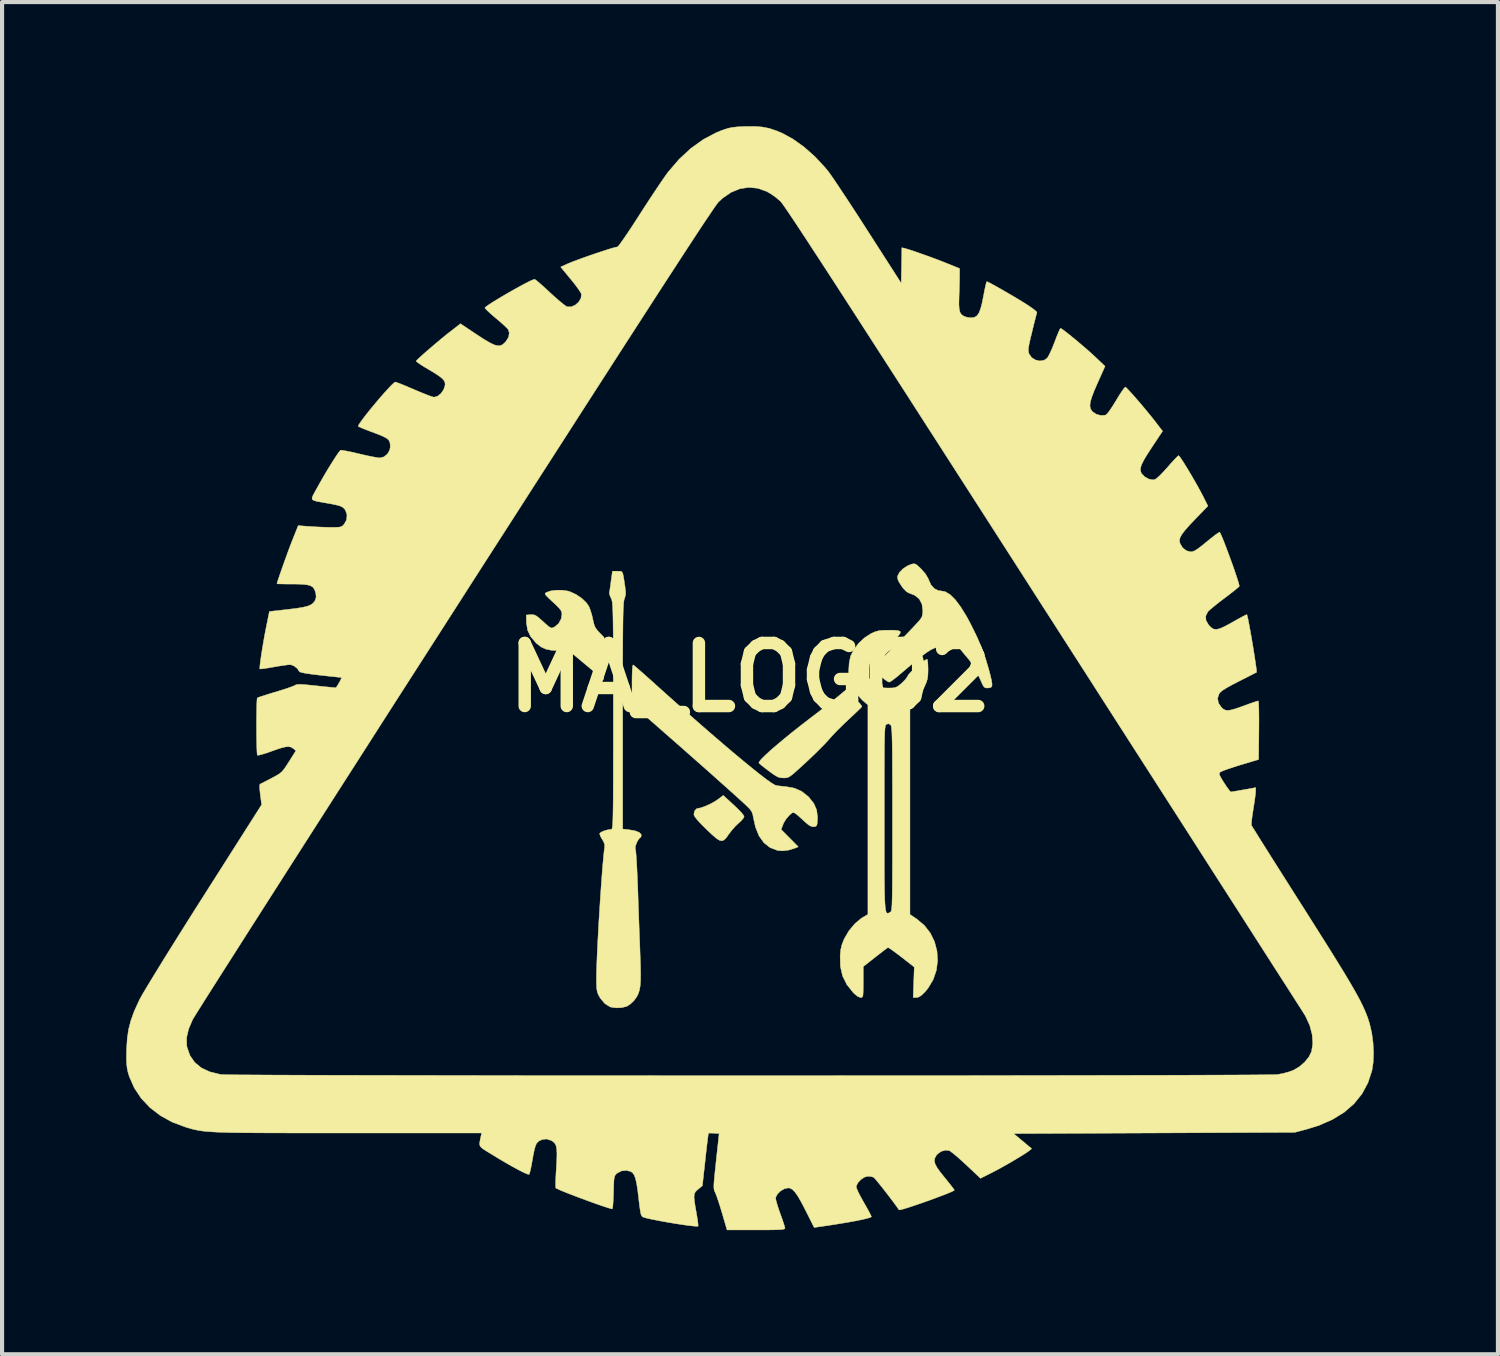
<source format=kicad_pcb>
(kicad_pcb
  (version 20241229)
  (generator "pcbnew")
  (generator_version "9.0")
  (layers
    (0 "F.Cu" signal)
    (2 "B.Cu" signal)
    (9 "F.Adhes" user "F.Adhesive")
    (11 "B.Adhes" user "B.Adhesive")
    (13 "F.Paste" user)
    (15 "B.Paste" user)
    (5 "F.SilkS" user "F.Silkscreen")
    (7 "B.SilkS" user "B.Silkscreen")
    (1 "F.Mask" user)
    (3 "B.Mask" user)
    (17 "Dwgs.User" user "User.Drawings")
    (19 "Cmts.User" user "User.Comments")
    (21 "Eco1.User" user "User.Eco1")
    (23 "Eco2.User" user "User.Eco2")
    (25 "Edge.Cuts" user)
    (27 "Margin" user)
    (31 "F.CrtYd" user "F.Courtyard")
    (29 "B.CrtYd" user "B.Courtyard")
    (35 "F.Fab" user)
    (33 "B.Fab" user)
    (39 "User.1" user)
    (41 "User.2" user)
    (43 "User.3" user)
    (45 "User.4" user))
  (footprint "MA_LOGO2"
    (layer "F.Cu")
    (at 15.072 13.321)
    (property "Reference" "MA_LOGO2" (at 0 0 0) (layer "F.SilkS") (effects (font (size 1.524 1.524) (thickness 0.3))))
    (attr through_hole)
    (fp_poly (pts (xy -0.394 3.079) (xy -0.296 3.173) (xy -0.215 3.256) (xy -0.161 3.322) (xy -0.141 3.359) (xy -0.141 3.359) (xy -0.162 3.403) (xy -0.215 3.464) (xy -0.269 3.513) (xy -0.354 3.594) (xy -0.445 3.698) (xy -0.51 3.784) (xy -0.57 3.869) (xy -0.622 3.923) (xy -0.674 3.946) (xy -0.733 3.936) (xy -0.808 3.89) (xy -0.904 3.808) (xy -1.031 3.688) (xy -1.058 3.662) (xy -1.183 3.537) (xy -1.271 3.443) (xy -1.325 3.374) (xy -1.351 3.325) (xy -1.355 3.301) (xy -1.336 3.22) (xy -1.288 3.17) (xy -1.251 3.161) (xy -1.181 3.147) (xy -1.08 3.11) (xy -0.966 3.059) (xy -0.857 3.001) (xy -0.774 2.946) (xy -0.646 2.848) (xy -0.394 3.079)) (stroke (width 0.01) (type solid)) (fill yes) (layer "F.SilkS"))
    (fp_poly (pts (xy -4.532 -2.109) (xy -4.399 -2.089) (xy -4.357 -2.077) (xy -4.205 -2.008) (xy -4.064 -1.913) (xy -3.951 -1.804) (xy -3.893 -1.719) (xy -3.857 -1.63) (xy -3.821 -1.512) (xy -3.797 -1.405) (xy -3.77 -1.29) (xy -3.738 -1.208) (xy -3.688 -1.138) (xy -3.643 -1.089) (xy -3.526 -0.97) (xy -3.534 -0.461) (xy -3.542 0.048) (xy -3.958 -0.3) (xy -4.375 -0.649) (xy -4.615 -0.649) (xy -4.792 -0.657) (xy -4.93 -0.685) (xy -5.045 -0.737) (xy -5.152 -0.82) (xy -5.174 -0.841) (xy -5.299 -0.988) (xy -5.373 -1.143) (xy -5.401 -1.319) (xy -5.402 -1.341) (xy -5.405 -1.51) (xy -5.299 -1.519) (xy -5.234 -1.518) (xy -5.177 -1.498) (xy -5.11 -1.45) (xy -5.059 -1.405) (xy -4.954 -1.31) (xy -4.881 -1.247) (xy -4.832 -1.211) (xy -4.797 -1.197) (xy -4.766 -1.201) (xy -4.731 -1.218) (xy -4.716 -1.226) (xy -4.622 -1.305) (xy -4.561 -1.418) (xy -4.544 -1.53) (xy -4.549 -1.577) (xy -4.57 -1.624) (xy -4.615 -1.681) (xy -4.69 -1.757) (xy -4.762 -1.823) (xy -4.858 -1.912) (xy -4.918 -1.972) (xy -4.947 -2.009) (xy -4.949 -2.032) (xy -4.931 -2.049) (xy -4.912 -2.059) (xy -4.81 -2.093) (xy -4.677 -2.11) (xy -4.532 -2.109)) (stroke (width 0.01) (type solid)) (fill yes) (layer "F.SilkS"))
    (fp_poly (pts (xy 2.396 0.288) (xy 2.425 0.346) (xy 2.428 0.352) (xy 2.471 0.419) (xy 2.538 0.503) (xy 2.591 0.559) (xy 2.654 0.627) (xy 2.694 0.68) (xy 2.704 0.704) (xy 2.681 0.73) (xy 2.624 0.786) (xy 2.54 0.867) (xy 2.438 0.963) (xy 2.385 1.012) (xy 2.258 1.132) (xy 2.132 1.256) (xy 2.019 1.373) (xy 1.932 1.468) (xy 1.919 1.484) (xy 1.848 1.563) (xy 1.744 1.671) (xy 1.619 1.796) (xy 1.482 1.928) (xy 1.355 2.048) (xy 1.214 2.177) (xy 1.108 2.273) (xy 1.03 2.341) (xy 0.971 2.385) (xy 0.924 2.411) (xy 0.884 2.423) (xy 0.842 2.427) (xy 0.814 2.427) (xy 0.747 2.423) (xy 0.687 2.408) (xy 0.62 2.374) (xy 0.533 2.316) (xy 0.457 2.26) (xy 0.36 2.186) (xy 0.28 2.123) (xy 0.228 2.079) (xy 0.215 2.065) (xy 0.226 2.032) (xy 0.279 1.968) (xy 0.37 1.878) (xy 0.493 1.765) (xy 0.647 1.632) (xy 0.826 1.482) (xy 1.026 1.319) (xy 1.245 1.146) (xy 1.477 0.968) (xy 1.523 0.933) (xy 1.679 0.814) (xy 1.833 0.694) (xy 1.976 0.582) (xy 2.095 0.486) (xy 2.18 0.416) (xy 2.181 0.415) (xy 2.266 0.343) (xy 2.334 0.289) (xy 2.374 0.26) (xy 2.38 0.258) (xy 2.396 0.288)) (stroke (width 0.01) (type solid)) (fill yes) (layer "F.SilkS"))
    (fp_poly (pts (xy -2.796 -0.285) (xy -2.733 -0.231) (xy -2.64 -0.151) (xy -2.524 -0.048) (xy -2.39 0.071) (xy -2.295 0.157) (xy -1.939 0.477) (xy -1.596 0.782) (xy -1.268 1.071) (xy -0.958 1.341) (xy -0.667 1.591) (xy -0.399 1.819) (xy -0.155 2.022) (xy 0.061 2.199) (xy 0.247 2.347) (xy 0.4 2.464) (xy 0.519 2.548) (xy 0.601 2.597) (xy 0.632 2.609) (xy 0.691 2.618) (xy 0.784 2.629) (xy 0.87 2.637) (xy 1.078 2.675) (xy 1.252 2.753) (xy 1.408 2.877) (xy 1.422 2.891) (xy 1.542 3.042) (xy 1.611 3.2) (xy 1.633 3.378) (xy 1.631 3.43) (xy 1.625 3.524) (xy 1.613 3.575) (xy 1.589 3.598) (xy 1.546 3.607) (xy 1.545 3.607) (xy 1.491 3.602) (xy 1.428 3.57) (xy 1.345 3.503) (xy 1.32 3.48) (xy 1.211 3.38) (xy 1.135 3.313) (xy 1.084 3.276) (xy 1.047 3.264) (xy 1.016 3.274) (xy 0.981 3.302) (xy 0.95 3.33) (xy 0.876 3.414) (xy 0.814 3.516) (xy 0.802 3.545) (xy 0.753 3.673) (xy 0.961 3.882) (xy 1.168 4.091) (xy 1.071 4.13) (xy 0.93 4.172) (xy 0.784 4.189) (xy 0.663 4.178) (xy 0.484 4.109) (xy 0.337 3.993) (xy 0.22 3.83) (xy 0.135 3.621) (xy 0.085 3.398) (xy 0.067 3.306) (xy 0.04 3.237) (xy -0.007 3.174) (xy -0.086 3.096) (xy -0.092 3.09) (xy -0.188 3.001) (xy -0.322 2.879) (xy -0.49 2.728) (xy -0.688 2.551) (xy -0.91 2.353) (xy -1.152 2.138) (xy -1.411 1.91) (xy -1.68 1.672) (xy -1.957 1.429) (xy -2.053 1.345) (xy -2.85 0.646) (xy -2.85 0.166) (xy -2.849 -0.009) (xy -2.845 -0.148) (xy -2.838 -0.247) (xy -2.829 -0.299) (xy -2.824 -0.306) (xy -2.796 -0.285)) (stroke (width 0.01) (type solid)) (fill yes) (layer "F.SilkS"))
    (fp_poly (pts (xy 3.986 -2.746) (xy 4.03 -2.722) (xy 4.089 -2.669) (xy 4.138 -2.622) (xy 4.241 -2.503) (xy 4.306 -2.392) (xy 4.317 -2.364) (xy 4.375 -2.237) (xy 4.458 -2.146) (xy 4.556 -2.098) (xy 4.608 -2.094) (xy 4.72 -2.073) (xy 4.838 -2.002) (xy 4.962 -1.879) (xy 5.094 -1.703) (xy 5.235 -1.474) (xy 5.342 -1.274) (xy 5.483 -0.987) (xy 5.597 -0.723) (xy 5.691 -0.463) (xy 5.773 -0.187) (xy 5.802 -0.077) (xy 5.835 0.061) (xy 5.85 0.155) (xy 5.846 0.212) (xy 5.82 0.241) (xy 5.769 0.252) (xy 5.725 0.254) (xy 5.681 0.247) (xy 5.647 0.218) (xy 5.613 0.155) (xy 5.586 0.092) (xy 5.456 -0.186) (xy 5.301 -0.422) (xy 5.208 -0.532) (xy 5.133 -0.621) (xy 5.069 -0.705) (xy 5.031 -0.767) (xy 5.03 -0.77) (xy 4.987 -0.839) (xy 4.93 -0.865) (xy 4.847 -0.851) (xy 4.774 -0.821) (xy 4.663 -0.776) (xy 4.539 -0.734) (xy 4.496 -0.722) (xy 4.44 -0.703) (xy 4.378 -0.673) (xy 4.305 -0.629) (xy 4.214 -0.565) (xy 4.103 -0.479) (xy 3.965 -0.367) (xy 3.795 -0.224) (xy 3.588 -0.048) (xy 3.584 -0.045) (xy 3.496 0.027) (xy 3.422 0.081) (xy 3.373 0.11) (xy 3.364 0.112) (xy 3.324 0.095) (xy 3.258 0.05) (xy 3.187 -0.007) (xy 3.111 -0.077) (xy 3.069 -0.13) (xy 3.052 -0.183) (xy 3.05 -0.24) (xy 3.054 -0.301) (xy 3.073 -0.35) (xy 3.115 -0.402) (xy 3.19 -0.469) (xy 3.22 -0.494) (xy 3.294 -0.56) (xy 3.397 -0.659) (xy 3.521 -0.78) (xy 3.655 -0.915) (xy 3.792 -1.055) (xy 3.921 -1.19) (xy 4.034 -1.31) (xy 4.107 -1.392) (xy 4.153 -1.459) (xy 4.173 -1.539) (xy 4.177 -1.617) (xy 4.155 -1.776) (xy 4.089 -1.9) (xy 3.978 -1.989) (xy 3.838 -2.042) (xy 3.778 -2.078) (xy 3.705 -2.154) (xy 3.66 -2.215) (xy 3.6 -2.309) (xy 3.571 -2.376) (xy 3.566 -2.432) (xy 3.57 -2.456) (xy 3.613 -2.54) (xy 3.694 -2.624) (xy 3.8 -2.695) (xy 3.888 -2.733) (xy 3.944 -2.747) (xy 3.986 -2.746)) (stroke (width 0.01) (type solid)) (fill yes) (layer "F.SilkS"))
    (fp_poly (pts (xy -3.115 -2.565) (xy -3.091 -2.549) (xy -3.073 -2.511) (xy -3.057 -2.442) (xy -3.04 -2.334) (xy -3.019 -2.195) (xy -3.005 -2.078) (xy -3.007 -1.995) (xy -3.025 -1.924) (xy -3.033 -1.902) (xy -3.041 -1.879) (xy -3.047 -1.845) (xy -3.053 -1.797) (xy -3.057 -1.731) (xy -3.062 -1.644) (xy -3.065 -1.532) (xy -3.068 -1.393) (xy -3.07 -1.222) (xy -3.072 -1.017) (xy -3.074 -0.775) (xy -3.075 -0.491) (xy -3.076 -0.163) (xy -3.076 0.213) (xy -3.076 0.639) (xy -3.076 0.931) (xy -3.076 3.661) (xy -2.922 3.679) (xy -2.771 3.706) (xy -2.672 3.745) (xy -2.627 3.796) (xy -2.625 3.815) (xy -2.636 3.858) (xy -2.65 3.866) (xy -2.676 3.89) (xy -2.714 3.948) (xy -2.733 3.983) (xy -2.769 4.078) (xy -2.77 4.148) (xy -2.765 4.164) (xy -2.758 4.207) (xy -2.75 4.3) (xy -2.741 4.434) (xy -2.732 4.603) (xy -2.723 4.798) (xy -2.714 5.014) (xy -2.71 5.127) (xy -2.701 5.39) (xy -2.691 5.674) (xy -2.681 5.964) (xy -2.671 6.243) (xy -2.661 6.496) (xy -2.654 6.704) (xy -2.645 6.957) (xy -2.642 7.162) (xy -2.644 7.324) (xy -2.653 7.454) (xy -2.671 7.556) (xy -2.698 7.64) (xy -2.734 7.712) (xy -2.783 7.781) (xy -2.811 7.816) (xy -2.885 7.886) (xy -2.966 7.941) (xy -2.982 7.948) (xy -3.098 7.977) (xy -3.232 7.983) (xy -3.356 7.966) (xy -3.387 7.955) (xy -3.507 7.879) (xy -3.613 7.753) (xy -3.65 7.691) (xy -3.677 7.634) (xy -3.694 7.574) (xy -3.705 7.497) (xy -3.709 7.391) (xy -3.71 7.241) (xy -3.71 7.239) (xy -3.707 7.094) (xy -3.701 6.909) (xy -3.692 6.692) (xy -3.681 6.448) (xy -3.667 6.186) (xy -3.652 5.912) (xy -3.635 5.634) (xy -3.617 5.358) (xy -3.599 5.092) (xy -3.581 4.842) (xy -3.564 4.616) (xy -3.547 4.421) (xy -3.532 4.264) (xy -3.519 4.151) (xy -3.512 4.106) (xy -3.511 4.031) (xy -3.546 3.949) (xy -3.57 3.912) (xy -3.611 3.84) (xy -3.631 3.782) (xy -3.63 3.766) (xy -3.595 3.736) (xy -3.524 3.705) (xy -3.439 3.681) (xy -3.359 3.669) (xy -3.351 3.669) (xy -3.343 3.667) (xy -3.336 3.658) (xy -3.33 3.639) (xy -3.324 3.606) (xy -3.319 3.557) (xy -3.315 3.488) (xy -3.312 3.396) (xy -3.309 3.278) (xy -3.307 3.129) (xy -3.305 2.948) (xy -3.304 2.73) (xy -3.303 2.473) (xy -3.303 2.172) (xy -3.302 1.826) (xy -3.302 1.43) (xy -3.302 0.981) (xy -3.302 0.93) (xy -3.302 0.475) (xy -3.302 0.073) (xy -3.303 -0.279) (xy -3.303 -0.585) (xy -3.304 -0.848) (xy -3.305 -1.073) (xy -3.307 -1.261) (xy -3.309 -1.417) (xy -3.312 -1.544) (xy -3.315 -1.645) (xy -3.319 -1.724) (xy -3.324 -1.785) (xy -3.33 -1.83) (xy -3.336 -1.863) (xy -3.344 -1.888) (xy -3.352 -1.908) (xy -3.355 -1.913) (xy -3.386 -1.985) (xy -3.399 -2.037) (xy -3.399 -2.046) (xy -3.392 -2.085) (xy -3.379 -2.166) (xy -3.364 -2.273) (xy -3.358 -2.321) (xy -3.324 -2.568) (xy -3.202 -2.568) (xy -3.151 -2.569) (xy -3.115 -2.565)) (stroke (width 0.01) (type solid)) (fill yes) (layer "F.SilkS"))
    (fp_poly (pts (xy 3.483 -1.142) (xy 3.583 -1.133) (xy 3.631 -1.112) (xy 3.632 -1.073) (xy 3.586 -1.01) (xy 3.498 -0.916) (xy 3.456 -0.874) (xy 3.363 -0.784) (xy 3.282 -0.711) (xy 3.222 -0.663) (xy 3.195 -0.649) (xy 3.158 -0.63) (xy 3.097 -0.579) (xy 3.024 -0.506) (xy 3.019 -0.501) (xy 2.947 -0.422) (xy 2.906 -0.363) (xy 2.886 -0.304) (xy 2.88 -0.226) (xy 2.88 -0.167) (xy 2.879 0.019) (xy 3.018 0.137) (xy 3.097 0.2) (xy 3.158 0.235) (xy 3.226 0.25) (xy 3.322 0.254) (xy 3.345 0.254) (xy 3.449 0.252) (xy 3.519 0.24) (xy 3.578 0.21) (xy 3.647 0.154) (xy 3.665 0.139) (xy 3.737 0.068) (xy 3.791 0.002) (xy 3.811 -0.036) (xy 3.837 -0.077) (xy 3.893 -0.138) (xy 3.97 -0.211) (xy 4.056 -0.286) (xy 4.141 -0.355) (xy 4.215 -0.408) (xy 4.267 -0.438) (xy 4.284 -0.439) (xy 4.293 -0.403) (xy 4.3 -0.325) (xy 4.303 -0.221) (xy 4.304 -0.187) (xy 4.3 -0.06) (xy 4.288 0.035) (xy 4.261 0.122) (xy 4.214 0.225) (xy 4.211 0.233) (xy 4.125 0.377) (xy 4.025 0.5) (xy 3.992 0.531) (xy 3.866 0.642) (xy 3.866 5.726) (xy 4.024 5.831) (xy 4.211 5.987) (xy 4.357 6.174) (xy 4.46 6.384) (xy 4.519 6.61) (xy 4.534 6.843) (xy 4.504 7.076) (xy 4.427 7.3) (xy 4.303 7.508) (xy 4.224 7.602) (xy 4.138 7.684) (xy 4.069 7.725) (xy 4.023 7.733) (xy 3.944 7.733) (xy 3.957 7.365) (xy 3.97 6.997) (xy 3.662 6.756) (xy 3.549 6.67) (xy 3.452 6.599) (xy 3.379 6.548) (xy 3.338 6.525) (xy 3.334 6.525) (xy 3.305 6.545) (xy 3.241 6.592) (xy 3.151 6.662) (xy 3.043 6.745) (xy 3.026 6.759) (xy 2.738 6.985) (xy 2.738 7.359) (xy 2.737 7.51) (xy 2.735 7.614) (xy 2.73 7.679) (xy 2.72 7.715) (xy 2.704 7.73) (xy 2.68 7.733) (xy 2.673 7.733) (xy 2.611 7.711) (xy 2.532 7.65) (xy 2.494 7.613) (xy 2.341 7.42) (xy 2.239 7.214) (xy 2.186 6.987) (xy 2.179 6.732) (xy 2.192 6.584) (xy 2.22 6.462) (xy 2.268 6.338) (xy 2.278 6.315) (xy 2.39 6.123) (xy 2.531 5.953) (xy 2.687 5.821) (xy 2.729 5.795) (xy 2.85 5.724) (xy 2.85 3.815) (xy 3.246 3.815) (xy 3.246 4.181) (xy 3.246 4.497) (xy 3.247 4.768) (xy 3.249 4.995) (xy 3.252 5.184) (xy 3.256 5.337) (xy 3.262 5.457) (xy 3.269 5.549) (xy 3.278 5.615) (xy 3.289 5.66) (xy 3.302 5.686) (xy 3.318 5.697) (xy 3.337 5.696) (xy 3.359 5.688) (xy 3.384 5.674) (xy 3.389 5.672) (xy 3.398 5.665) (xy 3.407 5.654) (xy 3.415 5.635) (xy 3.421 5.604) (xy 3.426 5.557) (xy 3.431 5.491) (xy 3.434 5.402) (xy 3.437 5.287) (xy 3.439 5.141) (xy 3.441 4.96) (xy 3.442 4.742) (xy 3.443 4.483) (xy 3.443 4.178) (xy 3.443 3.824) (xy 3.443 3.417) (xy 3.443 3.416) (xy 3.443 3.005) (xy 3.443 2.648) (xy 3.442 2.339) (xy 3.441 2.076) (xy 3.44 1.855) (xy 3.438 1.672) (xy 3.435 1.523) (xy 3.432 1.406) (xy 3.428 1.315) (xy 3.423 1.248) (xy 3.418 1.201) (xy 3.411 1.17) (xy 3.404 1.152) (xy 3.399 1.145) (xy 3.348 1.116) (xy 3.3 1.13) (xy 3.29 1.137) (xy 3.281 1.148) (xy 3.274 1.167) (xy 3.268 1.198) (xy 3.262 1.245) (xy 3.258 1.311) (xy 3.254 1.4) (xy 3.252 1.515) (xy 3.249 1.661) (xy 3.248 1.842) (xy 3.247 2.06) (xy 3.246 2.319) (xy 3.246 2.624) (xy 3.246 2.977) (xy 3.246 3.383) (xy 3.246 3.396) (xy 3.246 3.815) (xy 2.85 3.815) (xy 2.85 3.193) (xy 2.85 0.663) (xy 2.711 0.543) (xy 2.567 0.383) (xy 2.479 0.235) (xy 2.428 0.122) (xy 2.4 0.028) (xy 2.388 -0.074) (xy 2.386 -0.167) (xy 2.397 -0.351) (xy 2.43 -0.509) (xy 2.437 -0.529) (xy 2.513 -0.681) (xy 2.629 -0.83) (xy 2.771 -0.962) (xy 2.924 -1.061) (xy 2.93 -1.064) (xy 3.022 -1.105) (xy 3.106 -1.129) (xy 3.203 -1.14) (xy 3.33 -1.143) (xy 3.483 -1.142)) (stroke (width 0.01) (type solid)) (fill yes) (layer "F.SilkS"))
    (fp_poly (pts (xy 0.299 -13.302) (xy 0.47 -13.268) (xy 0.642 -13.21) (xy 0.78 -13.152) (xy 1.042 -13.009) (xy 1.307 -12.819) (xy 1.567 -12.589) (xy 1.811 -12.327) (xy 1.888 -12.234) (xy 1.934 -12.172) (xy 2.007 -12.067) (xy 2.103 -11.925) (xy 2.218 -11.752) (xy 2.35 -11.553) (xy 2.494 -11.333) (xy 2.647 -11.098) (xy 2.805 -10.852) (xy 2.85 -10.782) (xy 3.655 -9.528) (xy 3.663 -9.957) (xy 3.67 -10.386) (xy 3.747 -10.368) (xy 3.826 -10.345) (xy 3.945 -10.307) (xy 4.094 -10.255) (xy 4.26 -10.196) (xy 4.432 -10.133) (xy 4.598 -10.071) (xy 4.747 -10.012) (xy 4.77 -10.003) (xy 5.066 -9.883) (xy 5.065 -9.676) (xy 5.063 -9.553) (xy 5.059 -9.399) (xy 5.054 -9.24) (xy 5.052 -9.172) (xy 5.049 -9.012) (xy 5.057 -8.898) (xy 5.078 -8.819) (xy 5.116 -8.766) (xy 5.174 -8.728) (xy 5.186 -8.723) (xy 5.262 -8.701) (xy 5.347 -8.692) (xy 5.422 -8.703) (xy 5.482 -8.738) (xy 5.531 -8.805) (xy 5.573 -8.91) (xy 5.612 -9.06) (xy 5.641 -9.21) (xy 5.667 -9.344) (xy 5.69 -9.455) (xy 5.709 -9.532) (xy 5.721 -9.567) (xy 5.722 -9.567) (xy 5.756 -9.554) (xy 5.83 -9.516) (xy 5.934 -9.459) (xy 6.061 -9.387) (xy 6.202 -9.306) (xy 6.348 -9.221) (xy 6.49 -9.136) (xy 6.62 -9.056) (xy 6.627 -9.052) (xy 6.743 -8.977) (xy 6.839 -8.91) (xy 6.906 -8.857) (xy 6.934 -8.826) (xy 6.934 -8.822) (xy 6.924 -8.786) (xy 6.903 -8.704) (xy 6.873 -8.587) (xy 6.838 -8.446) (xy 6.815 -8.351) (xy 6.774 -8.183) (xy 6.747 -8.06) (xy 6.731 -7.973) (xy 6.726 -7.911) (xy 6.73 -7.865) (xy 6.742 -7.826) (xy 6.744 -7.82) (xy 6.807 -7.731) (xy 6.898 -7.673) (xy 7.003 -7.649) (xy 7.105 -7.665) (xy 7.177 -7.712) (xy 7.211 -7.762) (xy 7.257 -7.854) (xy 7.31 -7.972) (xy 7.362 -8.106) (xy 7.363 -8.107) (xy 7.41 -8.233) (xy 7.453 -8.336) (xy 7.485 -8.408) (xy 7.504 -8.438) (xy 7.504 -8.438) (xy 7.537 -8.421) (xy 7.603 -8.373) (xy 7.697 -8.3) (xy 7.808 -8.21) (xy 7.931 -8.108) (xy 8.056 -8.002) (xy 8.176 -7.898) (xy 8.283 -7.802) (xy 8.347 -7.743) (xy 8.58 -7.521) (xy 8.397 -7.112) (xy 8.314 -6.92) (xy 8.257 -6.77) (xy 8.224 -6.655) (xy 8.215 -6.567) (xy 8.227 -6.499) (xy 8.261 -6.443) (xy 8.28 -6.421) (xy 8.367 -6.363) (xy 8.47 -6.333) (xy 8.568 -6.335) (xy 8.605 -6.348) (xy 8.641 -6.384) (xy 8.697 -6.458) (xy 8.766 -6.561) (xy 8.841 -6.683) (xy 8.854 -6.704) (xy 8.926 -6.823) (xy 8.99 -6.92) (xy 9.04 -6.988) (xy 9.069 -7.018) (xy 9.073 -7.018) (xy 9.103 -6.993) (xy 9.161 -6.932) (xy 9.243 -6.843) (xy 9.34 -6.732) (xy 9.446 -6.609) (xy 9.554 -6.48) (xy 9.658 -6.354) (xy 9.752 -6.237) (xy 9.804 -6.17) (xy 9.97 -5.953) (xy 9.713 -5.566) (xy 9.6 -5.392) (xy 9.518 -5.256) (xy 9.466 -5.151) (xy 9.439 -5.07) (xy 9.435 -5.005) (xy 9.452 -4.95) (xy 9.466 -4.924) (xy 9.54 -4.849) (xy 9.636 -4.796) (xy 9.734 -4.776) (xy 9.775 -4.78) (xy 9.825 -4.81) (xy 9.904 -4.88) (xy 10.003 -4.983) (xy 10.09 -5.08) (xy 10.182 -5.185) (xy 10.262 -5.272) (xy 10.322 -5.333) (xy 10.355 -5.361) (xy 10.358 -5.362) (xy 10.381 -5.339) (xy 10.427 -5.275) (xy 10.49 -5.177) (xy 10.565 -5.056) (xy 10.647 -4.918) (xy 10.732 -4.773) (xy 10.814 -4.629) (xy 10.888 -4.493) (xy 10.95 -4.376) (xy 11.066 -4.144) (xy 10.752 -3.82) (xy 10.61 -3.67) (xy 10.506 -3.551) (xy 10.435 -3.458) (xy 10.394 -3.382) (xy 10.379 -3.318) (xy 10.386 -3.26) (xy 10.391 -3.244) (xy 10.451 -3.14) (xy 10.54 -3.067) (xy 10.643 -3.037) (xy 10.651 -3.037) (xy 10.698 -3.043) (xy 10.753 -3.066) (xy 10.825 -3.112) (xy 10.921 -3.185) (xy 11.037 -3.28) (xy 11.146 -3.368) (xy 11.239 -3.441) (xy 11.309 -3.49) (xy 11.346 -3.511) (xy 11.35 -3.511) (xy 11.369 -3.479) (xy 11.403 -3.403) (xy 11.449 -3.291) (xy 11.502 -3.153) (xy 11.56 -2.998) (xy 11.62 -2.836) (xy 11.678 -2.674) (xy 11.73 -2.523) (xy 11.774 -2.391) (xy 11.806 -2.287) (xy 11.823 -2.221) (xy 11.825 -2.207) (xy 11.804 -2.183) (xy 11.744 -2.133) (xy 11.655 -2.062) (xy 11.543 -1.976) (xy 11.472 -1.922) (xy 11.345 -1.826) (xy 11.231 -1.735) (xy 11.139 -1.659) (xy 11.078 -1.604) (xy 11.063 -1.588) (xy 11.013 -1.486) (xy 11.019 -1.381) (xy 11.082 -1.272) (xy 11.094 -1.257) (xy 11.151 -1.201) (xy 11.208 -1.169) (xy 11.274 -1.162) (xy 11.358 -1.183) (xy 11.468 -1.232) (xy 11.614 -1.31) (xy 11.672 -1.344) (xy 11.793 -1.412) (xy 11.894 -1.467) (xy 11.968 -1.505) (xy 12.004 -1.52) (xy 12.007 -1.52) (xy 12.018 -1.486) (xy 12.036 -1.406) (xy 12.059 -1.29) (xy 12.085 -1.147) (xy 12.114 -0.985) (xy 12.143 -0.815) (xy 12.171 -0.646) (xy 12.196 -0.485) (xy 12.217 -0.344) (xy 12.233 -0.231) (xy 12.241 -0.155) (xy 12.241 -0.125) (xy 12.215 -0.112) (xy 12.147 -0.077) (xy 12.045 -0.025) (xy 11.918 0.039) (xy 11.811 0.093) (xy 11.641 0.181) (xy 11.515 0.251) (xy 11.427 0.306) (xy 11.37 0.352) (xy 11.337 0.393) (xy 11.336 0.394) (xy 11.3 0.504) (xy 11.32 0.616) (xy 11.388 0.717) (xy 11.436 0.762) (xy 11.486 0.788) (xy 11.548 0.796) (xy 11.631 0.783) (xy 11.745 0.751) (xy 11.898 0.697) (xy 11.958 0.675) (xy 12.079 0.631) (xy 12.182 0.595) (xy 12.253 0.572) (xy 12.281 0.564) (xy 12.288 0.591) (xy 12.293 0.667) (xy 12.297 0.785) (xy 12.299 0.937) (xy 12.299 1.116) (xy 12.298 1.273) (xy 12.291 1.981) (xy 11.844 2.115) (xy 11.692 2.163) (xy 11.557 2.208) (xy 11.449 2.247) (xy 11.379 2.277) (xy 11.358 2.29) (xy 11.343 2.315) (xy 11.346 2.351) (xy 11.372 2.407) (xy 11.424 2.495) (xy 11.458 2.548) (xy 11.521 2.643) (xy 11.575 2.717) (xy 11.611 2.76) (xy 11.62 2.765) (xy 11.655 2.76) (xy 11.733 2.747) (xy 11.842 2.728) (xy 11.931 2.712) (xy 12.22 2.66) (xy 12.22 2.745) (xy 12.216 2.805) (xy 12.203 2.907) (xy 12.185 3.036) (xy 12.162 3.179) (xy 12.162 3.181) (xy 12.14 3.318) (xy 12.125 3.437) (xy 12.117 3.525) (xy 12.118 3.571) (xy 12.118 3.572) (xy 12.136 3.602) (xy 12.181 3.675) (xy 12.252 3.789) (xy 12.346 3.94) (xy 12.462 4.124) (xy 12.596 4.337) (xy 12.747 4.576) (xy 12.913 4.837) (xy 13.09 5.117) (xy 13.277 5.412) (xy 13.367 5.553) (xy 13.615 5.945) (xy 13.835 6.293) (xy 14.029 6.601) (xy 14.197 6.872) (xy 14.343 7.11) (xy 14.468 7.318) (xy 14.574 7.499) (xy 14.664 7.658) (xy 14.739 7.798) (xy 14.801 7.922) (xy 14.852 8.033) (xy 14.895 8.136) (xy 14.931 8.234) (xy 14.962 8.33) (xy 14.973 8.368) (xy 15.024 8.586) (xy 15.056 8.826) (xy 15.068 9.069) (xy 15.06 9.298) (xy 15.031 9.492) (xy 15.031 9.494) (xy 14.933 9.793) (xy 14.788 10.062) (xy 14.596 10.3) (xy 14.357 10.507) (xy 14.072 10.682) (xy 13.742 10.826) (xy 13.457 10.914) (xy 13.166 10.991) (xy 9.768 11.006) (xy 6.371 11.021) (xy 6.589 11.203) (xy 6.807 11.386) (xy 6.741 11.439) (xy 6.676 11.485) (xy 6.572 11.551) (xy 6.44 11.631) (xy 6.292 11.719) (xy 6.137 11.807) (xy 5.987 11.89) (xy 5.853 11.96) (xy 5.82 11.977) (xy 5.571 12.102) (xy 5.23 11.781) (xy 5.11 11.671) (xy 5 11.573) (xy 4.906 11.496) (xy 4.839 11.445) (xy 4.814 11.431) (xy 4.719 11.422) (xy 4.617 11.453) (xy 4.529 11.517) (xy 4.505 11.546) (xy 4.468 11.612) (xy 4.457 11.678) (xy 4.473 11.752) (xy 4.52 11.842) (xy 4.602 11.957) (xy 4.699 12.077) (xy 4.787 12.186) (xy 4.861 12.279) (xy 4.914 12.348) (xy 4.938 12.384) (xy 4.939 12.387) (xy 4.914 12.405) (xy 4.844 12.438) (xy 4.738 12.482) (xy 4.604 12.533) (xy 4.452 12.59) (xy 4.291 12.649) (xy 4.128 12.706) (xy 3.973 12.759) (xy 3.834 12.805) (xy 3.72 12.84) (xy 3.64 12.861) (xy 3.603 12.866) (xy 3.602 12.865) (xy 3.553 12.794) (xy 3.483 12.698) (xy 3.399 12.586) (xy 3.308 12.467) (xy 3.216 12.349) (xy 3.131 12.242) (xy 3.06 12.156) (xy 3.01 12.098) (xy 2.99 12.078) (xy 2.925 12.058) (xy 2.849 12.051) (xy 2.769 12.073) (xy 2.685 12.128) (xy 2.614 12.201) (xy 2.573 12.278) (xy 2.568 12.307) (xy 2.582 12.355) (xy 2.619 12.44) (xy 2.675 12.549) (xy 2.744 12.673) (xy 2.752 12.687) (xy 2.821 12.807) (xy 2.878 12.911) (xy 2.917 12.988) (xy 2.935 13.028) (xy 2.935 13.03) (xy 2.908 13.047) (xy 2.831 13.07) (xy 2.71 13.099) (xy 2.55 13.131) (xy 2.358 13.166) (xy 2.139 13.202) (xy 1.9 13.24) (xy 1.646 13.276) (xy 1.643 13.277) (xy 1.551 13.289) (xy 1.341 12.871) (xy 1.242 12.68) (xy 1.16 12.537) (xy 1.089 12.436) (xy 1.027 12.372) (xy 0.969 12.34) (xy 0.926 12.333) (xy 0.833 12.354) (xy 0.741 12.406) (xy 0.667 12.478) (xy 0.625 12.556) (xy 0.621 12.585) (xy 0.631 12.64) (xy 0.657 12.734) (xy 0.695 12.853) (xy 0.734 12.963) (xy 0.779 13.088) (xy 0.815 13.196) (xy 0.839 13.274) (xy 0.847 13.309) (xy 0.839 13.321) (xy 0.812 13.331) (xy 0.76 13.339) (xy 0.677 13.344) (xy 0.556 13.347) (xy 0.392 13.349) (xy 0.178 13.349) (xy 0.146 13.349) (xy -0.554 13.349) (xy -0.676 12.933) (xy -0.722 12.781) (xy -0.767 12.642) (xy -0.806 12.529) (xy -0.835 12.453) (xy -0.844 12.434) (xy -0.858 12.404) (xy -0.868 12.37) (xy -0.872 12.323) (xy -0.872 12.256) (xy -0.866 12.162) (xy -0.854 12.033) (xy -0.836 11.862) (xy -0.818 11.686) (xy -0.745 11.021) (xy -0.87 11.012) (xy -0.947 11.009) (xy -0.995 11.01) (xy -1.003 11.012) (xy -1.008 11.041) (xy -1.018 11.119) (xy -1.033 11.236) (xy -1.051 11.385) (xy -1.07 11.558) (xy -1.08 11.651) (xy -1.15 12.281) (xy -1.252 12.366) (xy -1.299 12.407) (xy -1.33 12.447) (xy -1.347 12.497) (xy -1.351 12.565) (xy -1.341 12.662) (xy -1.32 12.797) (xy -1.297 12.925) (xy -1.276 13.052) (xy -1.26 13.158) (xy -1.253 13.23) (xy -1.254 13.258) (xy -1.289 13.261) (xy -1.369 13.255) (xy -1.486 13.242) (xy -1.63 13.222) (xy -1.791 13.197) (xy -1.959 13.169) (xy -2.126 13.14) (xy -2.281 13.11) (xy -2.415 13.083) (xy -2.519 13.058) (xy -2.578 13.04) (xy -2.602 13.027) (xy -2.621 13.004) (xy -2.636 12.961) (xy -2.65 12.89) (xy -2.666 12.784) (xy -2.684 12.632) (xy -2.69 12.572) (xy -2.716 12.367) (xy -2.741 12.212) (xy -2.768 12.099) (xy -2.8 12.019) (xy -2.838 11.967) (xy -2.877 11.939) (xy -2.985 11.91) (xy -3.102 11.923) (xy -3.204 11.974) (xy -3.209 11.978) (xy -3.24 12.006) (xy -3.262 12.035) (xy -3.276 12.075) (xy -3.286 12.137) (xy -3.291 12.229) (xy -3.295 12.363) (xy -3.297 12.443) (xy -3.302 12.586) (xy -3.308 12.706) (xy -3.316 12.793) (xy -3.324 12.838) (xy -3.326 12.841) (xy -3.373 12.831) (xy -3.462 12.804) (xy -3.585 12.763) (xy -3.733 12.712) (xy -3.896 12.653) (xy -4.065 12.591) (xy -4.231 12.528) (xy -4.385 12.469) (xy -4.517 12.416) (xy -4.618 12.373) (xy -4.679 12.344) (xy -4.691 12.336) (xy -4.696 12.304) (xy -4.696 12.224) (xy -4.693 12.109) (xy -4.686 11.966) (xy -4.679 11.862) (xy -4.668 11.66) (xy -4.664 11.507) (xy -4.67 11.394) (xy -4.686 11.312) (xy -4.716 11.255) (xy -4.759 11.213) (xy -4.8 11.189) (xy -4.913 11.151) (xy -5.021 11.164) (xy -5.079 11.19) (xy -5.122 11.218) (xy -5.156 11.258) (xy -5.184 11.319) (xy -5.21 11.411) (xy -5.237 11.541) (xy -5.265 11.698) (xy -5.287 11.819) (xy -5.309 11.92) (xy -5.327 11.986) (xy -5.336 12.005) (xy -5.369 12.002) (xy -5.445 11.972) (xy -5.558 11.916) (xy -5.702 11.838) (xy -5.873 11.742) (xy -6.065 11.629) (xy -6.245 11.519) (xy -6.371 11.442) (xy -6.456 11.387) (xy -6.507 11.343) (xy -6.53 11.299) (xy -6.532 11.245) (xy -6.519 11.171) (xy -6.502 11.091) (xy -6.484 11.007) (xy -9.715 11.007) (xy -10.227 11.007) (xy -10.687 11.007) (xy -11.096 11.006) (xy -11.459 11.005) (xy -11.779 11.004) (xy -12.059 11.002) (xy -12.303 11) (xy -12.515 10.997) (xy -12.696 10.992) (xy -12.852 10.987) (xy -12.984 10.98) (xy -13.097 10.972) (xy -13.194 10.963) (xy -13.278 10.952) (xy -13.353 10.939) (xy -13.422 10.924) (xy -13.488 10.908) (xy -13.555 10.889) (xy -13.626 10.868) (xy -13.645 10.862) (xy -13.962 10.743) (xy -14.248 10.585) (xy -14.499 10.392) (xy -14.711 10.167) (xy -14.878 9.916) (xy -14.998 9.643) (xy -15.029 9.539) (xy -15.05 9.441) (xy -15.062 9.335) (xy -15.067 9.206) (xy -15.065 9.041) (xy -15.063 8.975) (xy -15.047 8.726) (xy -15.044 8.702) (xy -13.613 8.702) (xy -13.611 8.888) (xy -13.602 8.936) (xy -13.531 9.136) (xy -13.416 9.301) (xy -13.256 9.433) (xy -13.053 9.528) (xy -12.809 9.588) (xy -12.771 9.594) (xy -12.727 9.596) (xy -12.629 9.598) (xy -12.479 9.6) (xy -12.279 9.602) (xy -12.032 9.603) (xy -11.739 9.605) (xy -11.403 9.607) (xy -11.026 9.608) (xy -10.611 9.61) (xy -10.158 9.611) (xy -9.671 9.612) (xy -9.152 9.613) (xy -8.603 9.614) (xy -8.026 9.615) (xy -7.424 9.616) (xy -6.798 9.617) (xy -6.151 9.618) (xy -5.485 9.619) (xy -4.802 9.619) (xy -4.105 9.62) (xy -3.395 9.62) (xy -2.675 9.62) (xy -1.947 9.621) (xy -1.213 9.621) (xy -0.475 9.621) (xy 0.263 9.621) (xy 1.001 9.621) (xy 1.736 9.621) (xy 2.466 9.62) (xy 3.188 9.62) (xy 3.901 9.62) (xy 4.602 9.619) (xy 5.289 9.619) (xy 5.959 9.618) (xy 6.611 9.617) (xy 7.243 9.616) (xy 7.851 9.615) (xy 8.435 9.614) (xy 8.991 9.613) (xy 9.518 9.612) (xy 10.014 9.611) (xy 10.475 9.61) (xy 10.9 9.608) (xy 11.288 9.607) (xy 11.634 9.605) (xy 11.938 9.604) (xy 12.197 9.602) (xy 12.409 9.6) (xy 12.572 9.598) (xy 12.684 9.596) (xy 12.741 9.594) (xy 12.747 9.593) (xy 12.882 9.568) (xy 13.021 9.53) (xy 13.132 9.49) (xy 13.275 9.406) (xy 13.405 9.293) (xy 13.508 9.165) (xy 13.57 9.038) (xy 13.6 8.844) (xy 13.585 8.63) (xy 13.527 8.408) (xy 13.427 8.189) (xy 13.4 8.142) (xy 13.378 8.109) (xy 13.328 8.029) (xy 13.249 7.906) (xy 13.142 7.739) (xy 13.01 7.532) (xy 12.851 7.285) (xy 12.669 7.001) (xy 12.463 6.68) (xy 12.235 6.324) (xy 11.986 5.935) (xy 11.717 5.515) (xy 11.428 5.065) (xy 11.121 4.587) (xy 10.798 4.082) (xy 10.458 3.552) (xy 10.103 2.999) (xy 9.734 2.424) (xy 9.352 1.829) (xy 8.958 1.215) (xy 8.553 0.584) (xy 8.139 -0.062) (xy 7.715 -0.722) (xy 7.284 -1.394) (xy 7.101 -1.678) (xy 6.555 -2.53) (xy 6.038 -3.335) (xy 5.55 -4.095) (xy 5.09 -4.81) (xy 4.659 -5.482) (xy 4.253 -6.112) (xy 3.875 -6.701) (xy 3.521 -7.25) (xy 3.193 -7.759) (xy 2.889 -8.231) (xy 2.608 -8.667) (xy 2.35 -9.066) (xy 2.114 -9.431) (xy 1.899 -9.762) (xy 1.705 -10.061) (xy 1.53 -10.328) (xy 1.376 -10.565) (xy 1.239 -10.773) (xy 1.121 -10.952) (xy 1.019 -11.105) (xy 0.934 -11.231) (xy 0.865 -11.333) (xy 0.811 -11.41) (xy 0.772 -11.465) (xy 0.746 -11.498) (xy 0.738 -11.506) (xy 0.63 -11.599) (xy 0.502 -11.689) (xy 0.402 -11.746) (xy 0.188 -11.822) (xy -0.029 -11.843) (xy -0.245 -11.81) (xy -0.457 -11.723) (xy -0.658 -11.585) (xy -0.757 -11.494) (xy -0.777 -11.47) (xy -0.81 -11.426) (xy -0.857 -11.36) (xy -0.917 -11.272) (xy -0.992 -11.161) (xy -1.083 -11.026) (xy -1.19 -10.865) (xy -1.314 -10.677) (xy -1.455 -10.461) (xy -1.615 -10.217) (xy -1.793 -9.942) (xy -1.992 -9.637) (xy -2.211 -9.299) (xy -2.451 -8.928) (xy -2.713 -8.522) (xy -2.998 -8.081) (xy -3.306 -7.603) (xy -3.638 -7.087) (xy -3.995 -6.533) (xy -4.377 -5.938) (xy -4.786 -5.302) (xy -5.222 -4.625) (xy -5.685 -3.903) (xy -6.177 -3.138) (xy -6.698 -2.327) (xy -7.14 -1.637) (xy -7.575 -0.959) (xy -8.003 -0.292) (xy -8.423 0.362) (xy -8.833 1.001) (xy -9.232 1.625) (xy -9.62 2.231) (xy -9.996 2.817) (xy -10.358 3.383) (xy -10.706 3.926) (xy -11.038 4.445) (xy -11.353 4.938) (xy -11.651 5.404) (xy -11.93 5.841) (xy -12.189 6.247) (xy -12.427 6.621) (xy -12.644 6.961) (xy -12.838 7.266) (xy -13.008 7.534) (xy -13.153 7.762) (xy -13.272 7.951) (xy -13.364 8.098) (xy -13.428 8.201) (xy -13.464 8.259) (xy -13.469 8.269) (xy -13.565 8.497) (xy -13.613 8.702) (xy -15.044 8.702) (xy -15.015 8.503) (xy -14.96 8.29) (xy -14.881 8.071) (xy -14.771 7.828) (xy -14.738 7.761) (xy -14.698 7.689) (xy -14.631 7.574) (xy -14.538 7.419) (xy -14.422 7.228) (xy -14.286 7.006) (xy -14.132 6.757) (xy -13.962 6.484) (xy -13.779 6.191) (xy -13.585 5.883) (xy -13.384 5.564) (xy -13.187 5.255) (xy -11.8 3.074) (xy -11.832 2.83) (xy -11.846 2.701) (xy -11.849 2.615) (xy -11.84 2.577) (xy -11.838 2.576) (xy -11.803 2.559) (xy -11.73 2.522) (xy -11.631 2.471) (xy -11.559 2.433) (xy -11.448 2.373) (xy -11.369 2.325) (xy -11.309 2.275) (xy -11.255 2.21) (xy -11.193 2.119) (xy -11.139 2.034) (xy -10.971 1.768) (xy -11.034 1.717) (xy -11.083 1.685) (xy -11.138 1.671) (xy -11.21 1.674) (xy -11.307 1.696) (xy -11.441 1.739) (xy -11.562 1.782) (xy -11.687 1.826) (xy -11.793 1.858) (xy -11.869 1.877) (xy -11.903 1.879) (xy -11.903 1.878) (xy -11.909 1.845) (xy -11.914 1.765) (xy -11.918 1.648) (xy -11.921 1.503) (xy -11.923 1.339) (xy -11.924 1.168) (xy -11.923 0.997) (xy -11.921 0.837) (xy -11.919 0.697) (xy -11.915 0.587) (xy -11.91 0.516) (xy -11.905 0.494) (xy -11.872 0.479) (xy -11.796 0.453) (xy -11.684 0.417) (xy -11.548 0.375) (xy -11.473 0.353) (xy -11.324 0.307) (xy -11.19 0.264) (xy -11.083 0.226) (xy -11.014 0.199) (xy -10.998 0.19) (xy -10.968 0.176) (xy -10.927 0.168) (xy -10.866 0.166) (xy -10.775 0.171) (xy -10.646 0.183) (xy -10.472 0.201) (xy -10.317 0.218) (xy -10.184 0.231) (xy -10.081 0.241) (xy -10.018 0.246) (xy -10.003 0.246) (xy -9.964 0.189) (xy -9.923 0.119) (xy -9.889 0.055) (xy -9.87 0.01) (xy -9.87 -0.00026) (xy -9.904 -0.003) (xy -9.985 -0.012) (xy -10.102 -0.024) (xy -10.247 -0.04) (xy -10.385 -0.055) (xy -10.593 -0.08) (xy -10.747 -0.103) (xy -10.846 -0.124) (xy -10.889 -0.142) (xy -10.89 -0.145) (xy -10.937 -0.217) (xy -11.014 -0.278) (xy -11.096 -0.309) (xy -11.113 -0.31) (xy -11.173 -0.306) (xy -11.274 -0.292) (xy -11.4 -0.273) (xy -11.513 -0.253) (xy -11.64 -0.231) (xy -11.745 -0.215) (xy -11.817 -0.207) (xy -11.844 -0.207) (xy -11.845 -0.24) (xy -11.838 -0.319) (xy -11.823 -0.434) (xy -11.802 -0.578) (xy -11.776 -0.74) (xy -11.747 -0.911) (xy -11.716 -1.082) (xy -11.687 -1.228) (xy -11.613 -1.595) (xy -11.162 -1.646) (xy -10.959 -1.671) (xy -10.804 -1.696) (xy -10.69 -1.724) (xy -10.609 -1.758) (xy -10.553 -1.799) (xy -10.514 -1.852) (xy -10.504 -1.871) (xy -10.483 -1.944) (xy -10.491 -2.03) (xy -10.498 -2.059) (xy -10.524 -2.131) (xy -10.563 -2.184) (xy -10.623 -2.22) (xy -10.712 -2.242) (xy -10.839 -2.254) (xy -11.011 -2.258) (xy -11.062 -2.258) (xy -11.198 -2.258) (xy -11.312 -2.26) (xy -11.393 -2.262) (xy -11.429 -2.265) (xy -11.43 -2.266) (xy -11.421 -2.303) (xy -11.395 -2.382) (xy -11.357 -2.495) (xy -11.309 -2.632) (xy -11.256 -2.782) (xy -11.2 -2.937) (xy -11.146 -3.085) (xy -11.096 -3.218) (xy -11.054 -3.326) (xy -11.049 -3.338) (xy -10.916 -3.67) (xy -10.658 -3.651) (xy -10.5 -3.641) (xy -10.321 -3.633) (xy -10.156 -3.629) (xy -10.137 -3.629) (xy -10.012 -3.629) (xy -9.931 -3.633) (xy -9.879 -3.644) (xy -9.843 -3.666) (xy -9.808 -3.702) (xy -9.805 -3.706) (xy -9.748 -3.81) (xy -9.737 -3.926) (xy -9.771 -4.035) (xy -9.8 -4.077) (xy -9.838 -4.111) (xy -9.89 -4.139) (xy -9.967 -4.163) (xy -10.082 -4.188) (xy -10.174 -4.205) (xy -10.343 -4.234) (xy -10.464 -4.256) (xy -10.54 -4.278) (xy -10.577 -4.305) (xy -10.581 -4.345) (xy -10.557 -4.403) (xy -10.511 -4.488) (xy -10.468 -4.566) (xy -10.391 -4.704) (xy -10.306 -4.853) (xy -10.217 -5.003) (xy -10.129 -5.147) (xy -10.048 -5.276) (xy -9.978 -5.382) (xy -9.925 -5.457) (xy -9.894 -5.492) (xy -9.892 -5.493) (xy -9.855 -5.491) (xy -9.774 -5.477) (xy -9.658 -5.454) (xy -9.519 -5.423) (xy -9.445 -5.405) (xy -9.293 -5.37) (xy -9.153 -5.34) (xy -9.039 -5.319) (xy -8.962 -5.307) (xy -8.943 -5.306) (xy -8.847 -5.331) (xy -8.763 -5.398) (xy -8.707 -5.49) (xy -8.692 -5.569) (xy -8.695 -5.642) (xy -8.706 -5.698) (xy -8.734 -5.744) (xy -8.785 -5.785) (xy -8.868 -5.828) (xy -8.989 -5.878) (xy -9.155 -5.941) (xy -9.162 -5.943) (xy -9.28 -5.988) (xy -9.378 -6.028) (xy -9.444 -6.057) (xy -9.465 -6.069) (xy -9.457 -6.098) (xy -9.417 -6.161) (xy -9.351 -6.253) (xy -9.265 -6.364) (xy -9.165 -6.489) (xy -9.056 -6.62) (xy -8.946 -6.751) (xy -8.839 -6.873) (xy -8.742 -6.98) (xy -8.661 -7.065) (xy -8.601 -7.121) (xy -8.569 -7.14) (xy -8.533 -7.129) (xy -8.455 -7.1) (xy -8.344 -7.055) (xy -8.21 -6.998) (xy -8.113 -6.957) (xy -7.967 -6.895) (xy -7.835 -6.842) (xy -7.728 -6.801) (xy -7.656 -6.778) (xy -7.633 -6.773) (xy -7.546 -6.799) (xy -7.464 -6.865) (xy -7.401 -6.958) (xy -7.368 -7.061) (xy -7.366 -7.091) (xy -7.374 -7.141) (xy -7.403 -7.191) (xy -7.459 -7.245) (xy -7.548 -7.31) (xy -7.678 -7.392) (xy -7.774 -7.449) (xy -7.888 -7.517) (xy -7.981 -7.577) (xy -8.043 -7.622) (xy -8.066 -7.646) (xy -8.066 -7.647) (xy -8.041 -7.676) (xy -7.979 -7.735) (xy -7.89 -7.816) (xy -7.78 -7.912) (xy -7.657 -8.017) (xy -7.529 -8.125) (xy -7.405 -8.228) (xy -7.291 -8.32) (xy -7.244 -8.356) (xy -6.995 -8.549) (xy -6.611 -8.292) (xy -6.433 -8.176) (xy -6.293 -8.093) (xy -6.184 -8.04) (xy -6.098 -8.017) (xy -6.028 -8.021) (xy -5.969 -8.05) (xy -5.911 -8.104) (xy -5.904 -8.112) (xy -5.832 -8.223) (xy -5.816 -8.33) (xy -5.84 -8.406) (xy -5.871 -8.442) (xy -5.936 -8.505) (xy -6.026 -8.586) (xy -6.132 -8.676) (xy -6.136 -8.679) (xy -6.239 -8.767) (xy -6.324 -8.844) (xy -6.382 -8.901) (xy -6.406 -8.931) (xy -6.406 -8.932) (xy -6.382 -8.957) (xy -6.317 -9.004) (xy -6.219 -9.068) (xy -6.095 -9.144) (xy -5.955 -9.227) (xy -5.806 -9.314) (xy -5.657 -9.398) (xy -5.517 -9.475) (xy -5.392 -9.541) (xy -5.292 -9.59) (xy -5.225 -9.618) (xy -5.205 -9.623) (xy -5.175 -9.605) (xy -5.112 -9.554) (xy -5.024 -9.477) (xy -4.916 -9.38) (xy -4.83 -9.299) (xy -4.71 -9.19) (xy -4.599 -9.094) (xy -4.506 -9.018) (xy -4.439 -8.97) (xy -4.413 -8.957) (xy -4.316 -8.958) (xy -4.221 -9) (xy -4.14 -9.071) (xy -4.086 -9.159) (xy -4.072 -9.252) (xy -4.076 -9.272) (xy -4.1 -9.318) (xy -4.153 -9.396) (xy -4.227 -9.497) (xy -4.317 -9.609) (xy -4.333 -9.629) (xy -4.574 -9.92) (xy -4.41 -9.995) (xy -4.322 -10.032) (xy -4.202 -10.078) (xy -4.059 -10.131) (xy -3.903 -10.186) (xy -3.743 -10.241) (xy -3.587 -10.293) (xy -3.446 -10.339) (xy -3.329 -10.375) (xy -3.246 -10.397) (xy -3.205 -10.404) (xy -3.203 -10.404) (xy -3.181 -10.424) (xy -3.133 -10.486) (xy -3.062 -10.586) (xy -2.973 -10.716) (xy -2.868 -10.873) (xy -2.752 -11.051) (xy -2.666 -11.185) (xy -2.535 -11.388) (xy -2.405 -11.587) (xy -2.28 -11.775) (xy -2.168 -11.942) (xy -2.072 -12.082) (xy -1.998 -12.186) (xy -1.973 -12.219) (xy -1.71 -12.525) (xy -1.426 -12.787) (xy -1.126 -13.002) (xy -0.815 -13.166) (xy -0.721 -13.205) (xy -0.605 -13.247) (xy -0.508 -13.276) (xy -0.413 -13.294) (xy -0.301 -13.306) (xy -0.155 -13.313) (xy -0.113 -13.314) (xy 0.111 -13.316) (xy 0.299 -13.302)) (stroke (width 0.01) (type solid)) (fill yes) (layer "F.SilkS")))
  (gr_rect
    (start -3 -3)
    (end 33.146 29.675)
    (stroke (width 0.1) (type default))
    (fill no)
    (layer "Edge.Cuts")))
</source>
